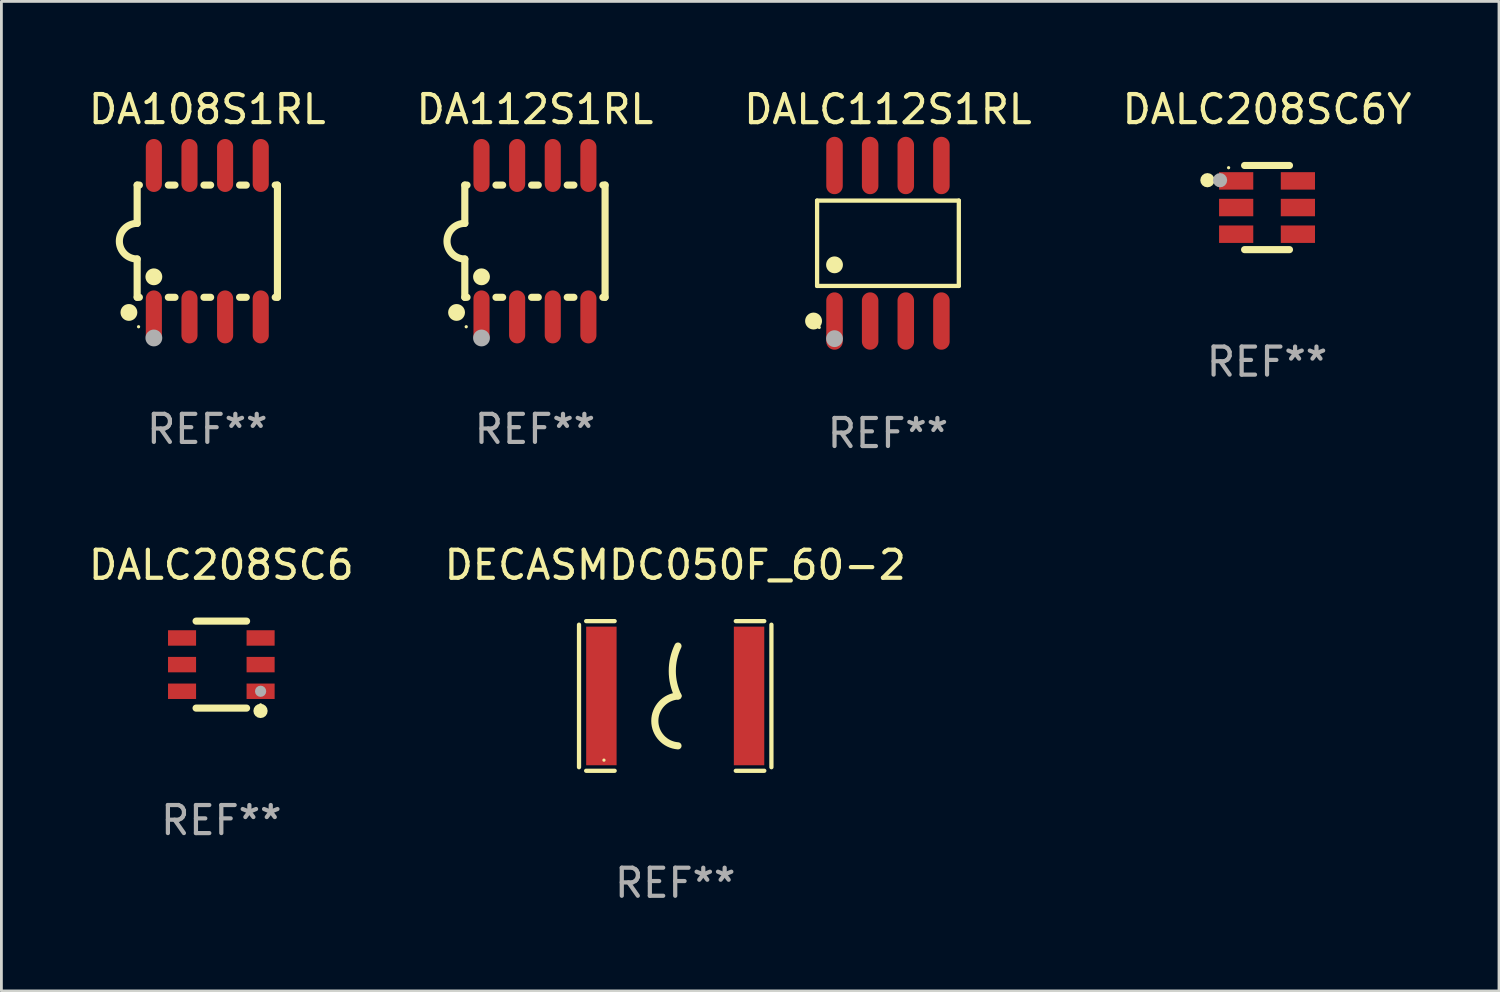
<source format=kicad_pcb>
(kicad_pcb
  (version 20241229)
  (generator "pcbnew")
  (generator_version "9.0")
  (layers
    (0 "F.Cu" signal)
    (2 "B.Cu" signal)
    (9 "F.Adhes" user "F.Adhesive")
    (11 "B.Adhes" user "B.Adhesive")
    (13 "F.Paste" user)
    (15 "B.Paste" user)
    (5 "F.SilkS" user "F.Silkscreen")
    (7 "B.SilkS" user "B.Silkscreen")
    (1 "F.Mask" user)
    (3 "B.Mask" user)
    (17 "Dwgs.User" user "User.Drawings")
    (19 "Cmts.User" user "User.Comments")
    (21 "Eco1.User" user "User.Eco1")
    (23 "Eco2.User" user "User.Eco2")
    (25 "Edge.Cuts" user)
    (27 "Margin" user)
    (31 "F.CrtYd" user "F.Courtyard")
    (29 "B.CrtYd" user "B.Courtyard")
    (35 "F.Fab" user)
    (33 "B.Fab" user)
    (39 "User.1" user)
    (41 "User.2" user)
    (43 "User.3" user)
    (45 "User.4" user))
  (footprint "DALC208SC6Y"
    (layer "F.Cu")
    (at 42.113 4.348)
    (property "Reference" "DALC208SC6Y" (at 0 -3.5 0) (layer "F.SilkS") (effects (font (size 1 1) (thickness 0.15))))
    (attr through_hole)
    (fp_line (start -0.8 -1.5) (end 0.8 -1.5) (stroke (width 0.254) (type solid)) (layer "F.SilkS"))
    (fp_line (start 0.8 1.5) (end -0.8 1.5) (stroke (width 0.254) (type solid)) (layer "F.SilkS"))
    (fp_circle (center -2.125 -0.975) (end -1.998 -0.975) (stroke (width 0.254) (type solid)) (fill no) (layer "F.SilkS"))
    (fp_circle (center -1.37 -1.42) (end -1.34 -1.42) (stroke (width 0.06) (type solid)) (fill no) (layer "F.SilkS"))
    (fp_circle (center -1.675 -0.975) (end -1.548 -0.975) (stroke (width 0.254) (type solid)) (fill no) (layer "F.Fab"))
    (fp_text user "REF**" (at 0 5.5 0) (layer "F.Fab") (effects (font (size 1 1) (thickness 0.15))))
    (pad "1" smd rect (at -1.1 -0.95 180) (size 1.219 0.622) (layers "F.Cu" "F.Mask" "F.Paste"))
    (pad "2" smd rect (at -1.1 -0.000152 180) (size 1.219 0.622) (layers "F.Cu" "F.Mask" "F.Paste"))
    (pad "3" smd rect (at -1.1 0.95 180) (size 1.219 0.622) (layers "F.Cu" "F.Mask" "F.Paste"))
    (pad "4" smd rect (at 1.1 0.95) (size 1.219 0.622) (layers "F.Cu" "F.Mask" "F.Paste"))
    (pad "5" smd rect (at 1.1 -0.000152) (size 1.219 0.622) (layers "F.Cu" "F.Mask" "F.Paste"))
    (pad "6" smd rect (at 1.1 -0.95) (size 1.219 0.622) (layers "F.Cu" "F.Mask" "F.Paste")))
  (footprint "DA112S1RL"
    (layer "F.Cu")
    (at 16.018 5.547)
    (property "Reference" "DA112S1RL" (at 0 -4.699 0) (layer "F.SilkS") (effects (font (size 1 1) (thickness 0.15))))
    (attr through_hole)
    (fp_line (start -2.5 -2) (end -2.5 -0.635) (stroke (width 0.254) (type solid)) (layer "F.SilkS"))
    (fp_line (start -2.5 -2) (end -2.421 -2) (stroke (width 0.254) (type solid)) (layer "F.SilkS"))
    (fp_line (start -2.5 2) (end -2.5 0.635) (stroke (width 0.254) (type solid)) (layer "F.SilkS"))
    (fp_line (start -2.5 2) (end -2.421 2) (stroke (width 0.254) (type solid)) (layer "F.SilkS"))
    (fp_line (start -1.389 -2) (end -1.151 -2) (stroke (width 0.254) (type solid)) (layer "F.SilkS"))
    (fp_line (start -1.389 2) (end -1.151 2) (stroke (width 0.254) (type solid)) (layer "F.SilkS"))
    (fp_line (start -0.119 -2) (end 0.119 -2) (stroke (width 0.254) (type solid)) (layer "F.SilkS"))
    (fp_line (start -0.119 2) (end 0.119 2) (stroke (width 0.254) (type solid)) (layer "F.SilkS"))
    (fp_line (start 1.151 -2) (end 1.389 -2) (stroke (width 0.254) (type solid)) (layer "F.SilkS"))
    (fp_line (start 1.151 2) (end 1.389 2) (stroke (width 0.254) (type solid)) (layer "F.SilkS"))
    (fp_line (start 2.421 -2) (end 2.5 -2) (stroke (width 0.254) (type solid)) (layer "F.SilkS"))
    (fp_line (start 2.421 2) (end 2.5 2) (stroke (width 0.254) (type solid)) (layer "F.SilkS"))
    (fp_line (start 2.5 -2) (end 2.5 2) (stroke (width 0.254) (type solid)) (layer "F.SilkS"))
    (fp_arc (start -2.5 0.635001) (mid -3.134366 -0.000318) (end -2.499365 -0.635001) (stroke (width 0.254001) (type solid)) (layer "F.SilkS"))
    (fp_circle (center -2.794 2.54) (end -2.644 2.54) (stroke (width 0.3) (type solid)) (fill no) (layer "F.SilkS"))
    (fp_circle (center -2.45 3.05) (end -2.42 3.05) (stroke (width 0.06) (type solid)) (fill no) (layer "F.SilkS"))
    (fp_circle (center -1.905 1.27) (end -1.755 1.27) (stroke (width 0.3) (type solid)) (fill no) (layer "F.SilkS"))
    (fp_circle (center -1.905 3.45) (end -1.755 3.45) (stroke (width 0.3) (type solid)) (fill no) (layer "F.Fab"))
    (fp_text user "REF**" (at 0 6.699 0) (layer "F.Fab") (effects (font (size 1 1) (thickness 0.15))))
    (pad "1" smd oval (at -1.905 2.699) (size 0.574 1.888) (layers "F.Cu" "F.Mask" "F.Paste"))
    (pad "2" smd oval (at -0.635 2.699) (size 0.574 1.888) (layers "F.Cu" "F.Mask" "F.Paste"))
    (pad "3" smd oval (at 0.635 2.699) (size 0.574 1.888) (layers "F.Cu" "F.Mask" "F.Paste"))
    (pad "4" smd oval (at 1.905 2.699) (size 0.574 1.888) (layers "F.Cu" "F.Mask" "F.Paste"))
    (pad "5" smd oval (at 1.905 -2.699) (size 0.574 1.888) (layers "F.Cu" "F.Mask" "F.Paste"))
    (pad "6" smd oval (at 0.635 -2.699) (size 0.574 1.888) (layers "F.Cu" "F.Mask" "F.Paste"))
    (pad "7" smd oval (at -0.635 -2.699) (size 0.574 1.888) (layers "F.Cu" "F.Mask" "F.Paste"))
    (pad "8" smd oval (at -1.905 -2.699) (size 0.574 1.888) (layers "F.Cu" "F.Mask" "F.Paste")))
  (footprint "DALC112S1RL"
    (layer "F.Cu")
    (at 28.601 5.621)
    (property "Reference" "DALC112S1RL" (at 0 -4.772 0) (layer "F.SilkS") (effects (font (size 1 1) (thickness 0.15))))
    (attr through_hole)
    (fp_line (start -2.526 -1.521) (end 2.526 -1.521) (stroke (width 0.152) (type solid)) (layer "F.SilkS"))
    (fp_line (start -2.526 1.521) (end -2.526 -1.521) (stroke (width 0.152) (type solid)) (layer "F.SilkS"))
    (fp_line (start 2.526 -1.521) (end 2.526 1.521) (stroke (width 0.152) (type solid)) (layer "F.SilkS"))
    (fp_line (start 2.526 1.521) (end -2.526 1.521) (stroke (width 0.152) (type solid)) (layer "F.SilkS"))
    (fp_circle (center -2.652 2.772) (end -2.501 2.772) (stroke (width 0.3) (type solid)) (fill no) (layer "F.SilkS"))
    (fp_circle (center -2.45 3) (end -2.42 3) (stroke (width 0.06) (type solid)) (fill no) (layer "F.SilkS"))
    (fp_circle (center -1.905 0.769) (end -1.755 0.769) (stroke (width 0.3) (type solid)) (fill no) (layer "F.SilkS"))
    (fp_circle (center -1.905 3.4) (end -1.755 3.4) (stroke (width 0.3) (type solid)) (fill no) (layer "F.Fab"))
    (fp_text user "REF**" (at 0 6.772 0) (layer "F.Fab") (effects (font (size 1 1) (thickness 0.15))))
    (pad "1" smd oval (at -1.905 2.772) (size 0.588 2.045) (layers "F.Cu" "F.Mask" "F.Paste"))
    (pad "2" smd oval (at -0.635 2.772) (size 0.588 2.045) (layers "F.Cu" "F.Mask" "F.Paste"))
    (pad "3" smd oval (at 0.635 2.772) (size 0.588 2.045) (layers "F.Cu" "F.Mask" "F.Paste"))
    (pad "4" smd oval (at 1.905 2.772) (size 0.588 2.045) (layers "F.Cu" "F.Mask" "F.Paste"))
    (pad "5" smd oval (at 1.905 -2.772) (size 0.588 2.045) (layers "F.Cu" "F.Mask" "F.Paste"))
    (pad "6" smd oval (at 0.635 -2.772) (size 0.588 2.045) (layers "F.Cu" "F.Mask" "F.Paste"))
    (pad "7" smd oval (at -0.635 -2.772) (size 0.588 2.045) (layers "F.Cu" "F.Mask" "F.Paste"))
    (pad "8" smd oval (at -1.905 -2.772) (size 0.588 2.045) (layers "F.Cu" "F.Mask" "F.Paste")))
  (footprint "DA108S1RL"
    (layer "F.Cu")
    (at 4.339 5.547)
    (property "Reference" "DA108S1RL" (at 0 -4.699 0) (layer "F.SilkS") (effects (font (size 1 1) (thickness 0.15))))
    (attr through_hole)
    (fp_line (start -2.5 -2) (end -2.5 -0.635) (stroke (width 0.254) (type solid)) (layer "F.SilkS"))
    (fp_line (start -2.5 -2) (end -2.421 -2) (stroke (width 0.254) (type solid)) (layer "F.SilkS"))
    (fp_line (start -2.5 2) (end -2.5 0.635) (stroke (width 0.254) (type solid)) (layer "F.SilkS"))
    (fp_line (start -2.5 2) (end -2.421 2) (stroke (width 0.254) (type solid)) (layer "F.SilkS"))
    (fp_line (start -1.389 -2) (end -1.151 -2) (stroke (width 0.254) (type solid)) (layer "F.SilkS"))
    (fp_line (start -1.389 2) (end -1.151 2) (stroke (width 0.254) (type solid)) (layer "F.SilkS"))
    (fp_line (start -0.119 -2) (end 0.119 -2) (stroke (width 0.254) (type solid)) (layer "F.SilkS"))
    (fp_line (start -0.119 2) (end 0.119 2) (stroke (width 0.254) (type solid)) (layer "F.SilkS"))
    (fp_line (start 1.151 -2) (end 1.389 -2) (stroke (width 0.254) (type solid)) (layer "F.SilkS"))
    (fp_line (start 1.151 2) (end 1.389 2) (stroke (width 0.254) (type solid)) (layer "F.SilkS"))
    (fp_line (start 2.421 -2) (end 2.5 -2) (stroke (width 0.254) (type solid)) (layer "F.SilkS"))
    (fp_line (start 2.421 2) (end 2.5 2) (stroke (width 0.254) (type solid)) (layer "F.SilkS"))
    (fp_line (start 2.5 -2) (end 2.5 2) (stroke (width 0.254) (type solid)) (layer "F.SilkS"))
    (fp_arc (start -2.5 0.635001) (mid -3.134366 -0.000318) (end -2.499365 -0.635001) (stroke (width 0.254001) (type solid)) (layer "F.SilkS"))
    (fp_circle (center -2.794 2.54) (end -2.644 2.54) (stroke (width 0.3) (type solid)) (fill no) (layer "F.SilkS"))
    (fp_circle (center -2.45 3.05) (end -2.42 3.05) (stroke (width 0.06) (type solid)) (fill no) (layer "F.SilkS"))
    (fp_circle (center -1.905 1.27) (end -1.755 1.27) (stroke (width 0.3) (type solid)) (fill no) (layer "F.SilkS"))
    (fp_circle (center -1.905 3.45) (end -1.755 3.45) (stroke (width 0.3) (type solid)) (fill no) (layer "F.Fab"))
    (fp_text user "REF**" (at 0 6.699 0) (layer "F.Fab") (effects (font (size 1 1) (thickness 0.15))))
    (pad "1" smd oval (at -1.905 2.699) (size 0.574 1.888) (layers "F.Cu" "F.Mask" "F.Paste"))
    (pad "2" smd oval (at -0.635 2.699) (size 0.574 1.888) (layers "F.Cu" "F.Mask" "F.Paste"))
    (pad "3" smd oval (at 0.635 2.699) (size 0.574 1.888) (layers "F.Cu" "F.Mask" "F.Paste"))
    (pad "4" smd oval (at 1.905 2.699) (size 0.574 1.888) (layers "F.Cu" "F.Mask" "F.Paste"))
    (pad "5" smd oval (at 1.905 -2.699) (size 0.574 1.888) (layers "F.Cu" "F.Mask" "F.Paste"))
    (pad "6" smd oval (at 0.635 -2.699) (size 0.574 1.888) (layers "F.Cu" "F.Mask" "F.Paste"))
    (pad "7" smd oval (at -0.635 -2.699) (size 0.574 1.888) (layers "F.Cu" "F.Mask" "F.Paste"))
    (pad "8" smd oval (at -1.905 -2.699) (size 0.574 1.888) (layers "F.Cu" "F.Mask" "F.Paste")))
  (footprint "DALC208SC6"
    (layer "F.Cu")
    (at 4.839 20.64)
    (property "Reference" "DALC208SC6" (at 0 -3.55 0) (layer "F.SilkS") (effects (font (size 1 1) (thickness 0.15))))
    (attr through_hole)
    (fp_line (start -0.9 -1.55) (end 0.9 -1.55) (stroke (width 0.254) (type solid)) (layer "F.SilkS"))
    (fp_line (start -0.9 1.55) (end 0.9 1.55) (stroke (width 0.254) (type solid)) (layer "F.SilkS"))
    (fp_circle (center 1.397 1.651) (end 1.524 1.651) (stroke (width 0.254) (type solid)) (fill no) (layer "F.SilkS"))
    (fp_circle (center 1.4 1.435) (end 1.43 1.435) (stroke (width 0.06) (type solid)) (fill no) (layer "F.SilkS"))
    (fp_circle (center 1.4 0.95) (end 1.5 0.95) (stroke (width 0.2) (type solid)) (fill no) (layer "F.Fab"))
    (fp_text user "REF**" (at 0 5.55 0) (layer "F.Fab") (effects (font (size 1 1) (thickness 0.15))))
    (pad "1" smd rect (at 1.4 0.95) (size 1 0.55) (layers "F.Cu" "F.Mask" "F.Paste"))
    (pad "2" smd rect (at 1.4 -0.000102) (size 1 0.55) (layers "F.Cu" "F.Mask" "F.Paste"))
    (pad "3" smd rect (at 1.4 -0.95) (size 1 0.55) (layers "F.Cu" "F.Mask" "F.Paste"))
    (pad "4" smd rect (at -1.4 -0.95) (size 1 0.55) (layers "F.Cu" "F.Mask" "F.Paste"))
    (pad "5" smd rect (at -1.4 -0.000102) (size 1 0.55) (layers "F.Cu" "F.Mask" "F.Paste"))
    (pad "6" smd rect (at -1.4 0.95) (size 1 0.55) (layers "F.Cu" "F.Mask" "F.Paste")))
  (footprint "DECASMDC050F_60-2"
    (layer "F.Cu")
    (at 21.018 21.757)
    (property "Reference" "DECASMDC050F_60-2" (at 0 -4.667 0) (layer "F.SilkS") (effects (font (size 1 1) (thickness 0.15))))
    (attr through_hole)
    (fp_line (start -3.429 2.54) (end -3.429 -2.54) (stroke (width 0.152) (type solid)) (layer "F.SilkS"))
    (fp_line (start -3.175 2.667) (end -2.159 2.667) (stroke (width 0.152) (type solid)) (layer "F.SilkS"))
    (fp_line (start -2.159 -2.667) (end -3.175 -2.667) (stroke (width 0.152) (type solid)) (layer "F.SilkS"))
    (fp_line (start 2.159 2.667) (end 3.175 2.667) (stroke (width 0.152) (type solid)) (layer "F.SilkS"))
    (fp_line (start 3.175 -2.667) (end 2.159 -2.667) (stroke (width 0.152) (type solid)) (layer "F.SilkS"))
    (fp_line (start 3.429 -2.54) (end 3.429 2.54) (stroke (width 0.152) (type solid)) (layer "F.SilkS"))
    (fp_arc (start 0.09873 -0.000001) (mid -0.104416 -0.889002) (end 0.09873 -1.778004) (stroke (width 0.254001) (type solid)) (layer "F.SilkS"))
    (fp_arc (start 0.09873 1.778004) (mid -0.727058 0.889002) (end 0.098731 0) (stroke (width 0.254001) (type solid)) (layer "F.SilkS"))
    (fp_circle (center -2.54 2.288) (end -2.51 2.288) (stroke (width 0.06) (type solid)) (fill no) (layer "F.SilkS"))
    (fp_text user "REF**" (at 0 6.667 0) (layer "F.Fab") (effects (font (size 1 1) (thickness 0.15))))
    (pad "1" smd rect (at -2.632 0) (size 1.084 4.941) (layers "F.Cu" "F.Mask" "F.Paste"))
    (pad "2" smd rect (at 2.632 0) (size 1.084 4.941) (layers "F.Cu" "F.Mask" "F.Paste")))
  (gr_rect
    (start -3 -3)
    (end 50.381 32.272)
    (stroke (width 0.1) (type default))
    (fill no)
    (layer "Edge.Cuts")))
</source>
